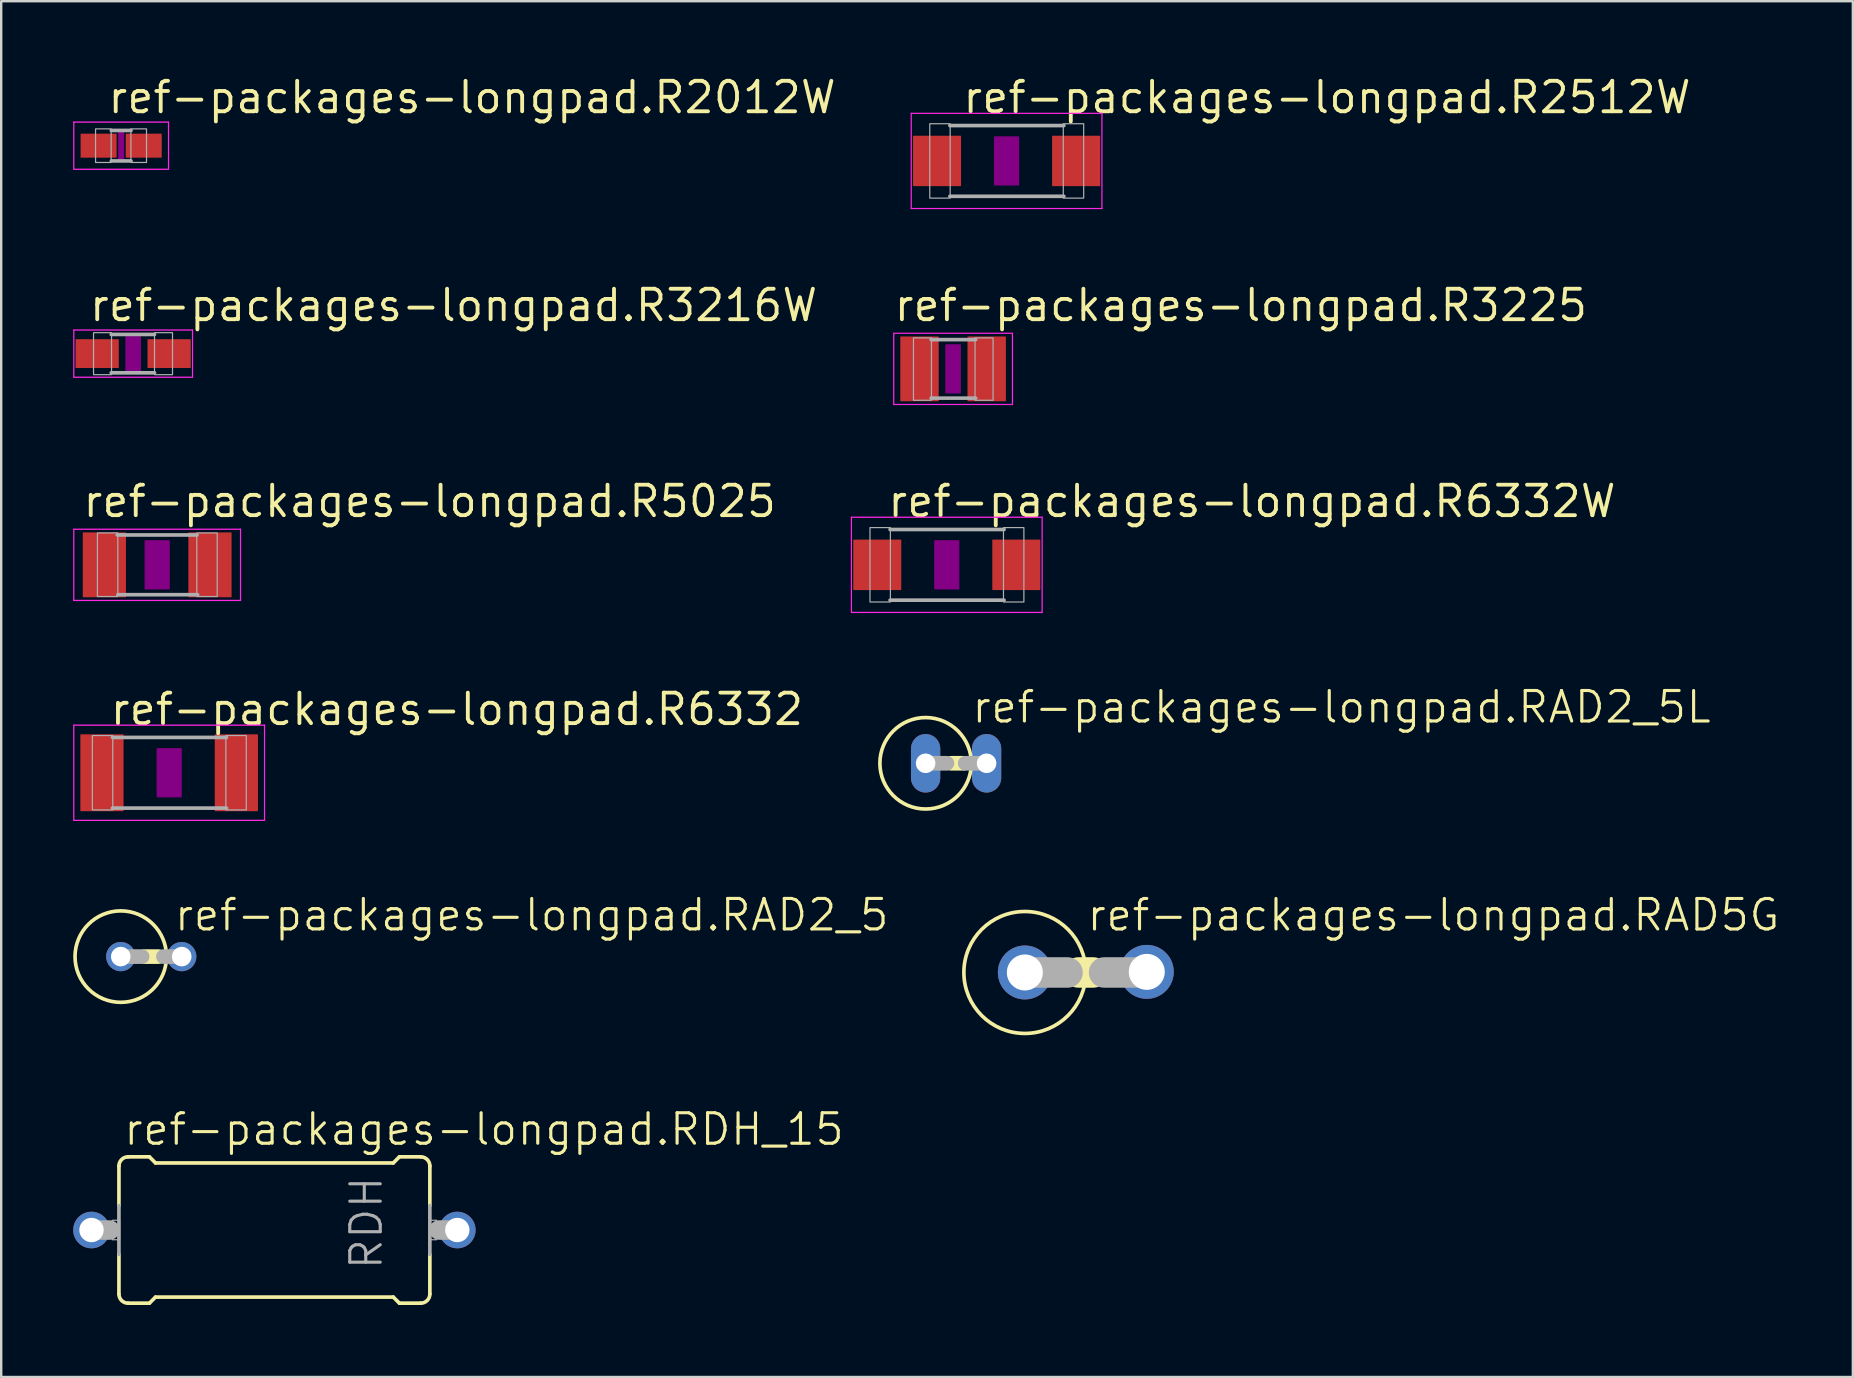
<source format=kicad_pcb>
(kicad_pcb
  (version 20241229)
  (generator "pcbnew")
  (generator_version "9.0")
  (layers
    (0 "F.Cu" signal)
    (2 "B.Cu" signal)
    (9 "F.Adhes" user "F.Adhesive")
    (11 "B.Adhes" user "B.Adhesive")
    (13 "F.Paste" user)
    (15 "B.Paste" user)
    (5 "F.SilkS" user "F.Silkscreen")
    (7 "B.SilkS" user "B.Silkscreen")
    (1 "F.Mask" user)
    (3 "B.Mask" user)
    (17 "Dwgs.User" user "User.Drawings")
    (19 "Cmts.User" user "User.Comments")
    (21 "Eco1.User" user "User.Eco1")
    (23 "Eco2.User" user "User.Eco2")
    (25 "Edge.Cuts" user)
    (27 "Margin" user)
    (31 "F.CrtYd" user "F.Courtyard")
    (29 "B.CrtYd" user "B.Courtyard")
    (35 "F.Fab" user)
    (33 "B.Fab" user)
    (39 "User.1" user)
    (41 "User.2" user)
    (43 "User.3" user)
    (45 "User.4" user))
  (footprint "ref-packages-longpad.R3216W"
    (layer "F.Cu")
    (at 2.498 11.683)
    (property "Reference" "ref-packages-longpad.R3216W" (at -1.905 -1.27 0) (layer "F.SilkS") (effects (font (size 1.27 1.27) (thickness 0.16)) (justify left bottom)))
    (attr smd)
    (fp_rect (start -0.3 0.7) (end 0.3 -0.7) (stroke (width 0.05) (type default)) (fill yes) (layer "F.Adhes"))
    (fp_line (start -2.473 -0.983) (end 2.473 -0.983) (stroke (width 0.051) (type default)) (layer "F.CrtYd"))
    (fp_line (start -2.473 0.983) (end -2.473 -0.983) (stroke (width 0.051) (type default)) (layer "F.CrtYd"))
    (fp_line (start 2.473 -0.983) (end 2.473 0.983) (stroke (width 0.051) (type default)) (layer "F.CrtYd"))
    (fp_line (start 2.473 0.983) (end -2.473 0.983) (stroke (width 0.051) (type default)) (layer "F.CrtYd"))
    (fp_line (start -0.913 -0.8) (end 0.888 -0.8) (stroke (width 0.152) (type default)) (layer "F.Fab"))
    (fp_line (start -0.913 0.8) (end 0.888 0.8) (stroke (width 0.152) (type default)) (layer "F.Fab"))
    (fp_rect (start -1.651 0.876) (end -0.901 -0.874) (stroke (width 0.05) (type default)) (fill no) (layer "F.Fab"))
    (fp_rect (start 0.889 0.876) (end 1.639 -0.874) (stroke (width 0.05) (type default)) (fill no) (layer "F.Fab"))
    (pad "1" smd roundrect (at -1.499 0) (size 1.8 1.2) (layers "F.Cu" "F.Mask" "F.Paste") (roundrect_rratio 0.01))
    (pad "2" smd roundrect (at 1.499 0) (size 1.8 1.2) (layers "F.Cu" "F.Mask" "F.Paste") (roundrect_rratio 0.01)))
  (footprint "ref-packages-longpad.RDH_15"
    (layer "F.Cu")
    (at 8.382 48.195)
    (property "Reference" "ref-packages-longpad.RDH_15" (at -6.35 -3.454 0) (layer "F.SilkS") (effects (font (size 1.27 1.27) (thickness 0.13)) (justify left bottom)))
    (attr through_hole)
    (fp_line (start -6.477 -1.016) (end -6.477 -2.667) (stroke (width 0.152) (type default)) (layer "F.SilkS"))
    (fp_line (start -6.477 2.667) (end -6.477 1.016) (stroke (width 0.152) (type default)) (layer "F.SilkS"))
    (fp_line (start -6.096 -3.048) (end -5.207 -3.048) (stroke (width 0.152) (type default)) (layer "F.SilkS"))
    (fp_line (start -6.096 3.048) (end -5.207 3.048) (stroke (width 0.152) (type default)) (layer "F.SilkS"))
    (fp_line (start -4.953 -2.794) (end -5.207 -3.048) (stroke (width 0.152) (type default)) (layer "F.SilkS"))
    (fp_line (start -4.953 2.794) (end -5.207 3.048) (stroke (width 0.152) (type default)) (layer "F.SilkS"))
    (fp_line (start 4.953 -2.794) (end -4.953 -2.794) (stroke (width 0.152) (type default)) (layer "F.SilkS"))
    (fp_line (start 4.953 -2.794) (end 5.207 -3.048) (stroke (width 0.152) (type default)) (layer "F.SilkS"))
    (fp_line (start 4.953 2.794) (end -4.953 2.794) (stroke (width 0.152) (type default)) (layer "F.SilkS"))
    (fp_line (start 4.953 2.794) (end 5.207 3.048) (stroke (width 0.152) (type default)) (layer "F.SilkS"))
    (fp_line (start 6.096 -3.048) (end 5.207 -3.048) (stroke (width 0.152) (type default)) (layer "F.SilkS"))
    (fp_line (start 6.096 3.048) (end 5.207 3.048) (stroke (width 0.152) (type default)) (layer "F.SilkS"))
    (fp_line (start 6.477 -1.016) (end 6.477 -2.667) (stroke (width 0.152) (type default)) (layer "F.SilkS"))
    (fp_line (start 6.477 2.667) (end 6.477 1.016) (stroke (width 0.152) (type default)) (layer "F.SilkS"))
    (fp_arc (start -6.477 -2.667) (mid -6.365408 -2.936408) (end -6.096 -3.048) (stroke (width 0.1524) (type default)) (layer "F.SilkS"))
    (fp_arc (start -6.096 3.048) (mid -6.365408 2.936408) (end -6.477 2.667) (stroke (width 0.1524) (type default)) (layer "F.SilkS"))
    (fp_arc (start 6.096 -3.048) (mid 6.365408 -2.936408) (end 6.477 -2.667) (stroke (width 0.1524) (type default)) (layer "F.SilkS"))
    (fp_arc (start 6.477 2.667) (mid 6.365408 2.936408) (end 6.096 3.048) (stroke (width 0.1524) (type default)) (layer "F.SilkS"))
    (fp_line (start -7.62 0) (end -6.858 0) (stroke (width 0.813) (type default)) (layer "F.Fab"))
    (fp_line (start -6.477 -1.016) (end -6.477 1.016) (stroke (width 0.152) (type default)) (layer "F.Fab"))
    (fp_line (start 6.477 -1.016) (end 6.477 1.016) (stroke (width 0.152) (type default)) (layer "F.Fab"))
    (fp_line (start 6.858 0) (end 7.62 0) (stroke (width 0.813) (type default)) (layer "F.Fab"))
    (fp_rect (start -6.756 0.406) (end -6.452 -0.406) (stroke (width 0.05) (type default)) (fill no) (layer "F.Fab"))
    (fp_rect (start 6.452 0.406) (end 6.756 -0.406) (stroke (width 0.05) (type default)) (fill no) (layer "F.Fab"))
    (fp_text user "RDH" (at 4.572 1.727 90) (layer "F.Fab") (effects (font (size 1.27 1.27) (thickness 0.13)) (justify left bottom)))
    (pad "1" thru_hole circle (at -7.62 0) (size 1.524 1.524) (drill 1.016) (layers "*.Cu" "*.Mask"))
    (pad "2" thru_hole circle (at 7.62 0) (size 1.524 1.524) (drill 1.016) (layers "*.Cu" "*.Mask")))
  (footprint "ref-packages-longpad.RAD2_5"
    (layer "F.Cu")
    (at 3.251 36.804)
    (property "Reference" "ref-packages-longpad.RAD2_5" (at 0.889 -0.991 0) (layer "F.SilkS") (effects (font (size 1.27 1.27) (thickness 0.13)) (justify left bottom)))
    (attr through_hole)
    (fp_line (start 0.305 0) (end -0.279 0) (stroke (width 0.61) (type default)) (layer "F.SilkS"))
    (fp_circle (center -1.27 0) (end 0.635 0) (stroke (width 0.152) (type default)) (fill no) (layer "F.SilkS"))
    (fp_line (start -1.27 0) (end -0.381 0) (stroke (width 0.61) (type default)) (layer "F.Fab"))
    (fp_line (start 1.27 0) (end 0.508 0) (stroke (width 0.61) (type default)) (layer "F.Fab"))
    (pad "A" thru_hole circle (at 1.27 0) (size 1.219 1.219) (drill 0.813) (layers "*.Cu" "*.Mask"))
    (pad "C" thru_hole circle (at -1.27 0) (size 1.219 1.219) (drill 0.813) (layers "*.Cu" "*.Mask")))
  (footprint "ref-packages-longpad.R2512W"
    (layer "F.Cu")
    (at 38.886 3.655)
    (property "Reference" "ref-packages-longpad.R2512W" (at -1.905 -1.905 0) (layer "F.SilkS") (effects (font (size 1.27 1.27) (thickness 0.16)) (justify left bottom)))
    (attr smd)
    (fp_rect (start -0.5 1) (end 0.5 -1) (stroke (width 0.05) (type default)) (fill yes) (layer "F.Adhes"))
    (fp_line (start -3.973 -1.983) (end 3.973 -1.983) (stroke (width 0.051) (type default)) (layer "F.CrtYd"))
    (fp_line (start -3.973 1.983) (end -3.973 -1.983) (stroke (width 0.051) (type default)) (layer "F.CrtYd"))
    (fp_line (start 3.973 -1.983) (end 3.973 1.983) (stroke (width 0.051) (type default)) (layer "F.CrtYd"))
    (fp_line (start 3.973 1.983) (end -3.973 1.983) (stroke (width 0.051) (type default)) (layer "F.CrtYd"))
    (fp_line (start -2.362 -1.473) (end 2.387 -1.473) (stroke (width 0.152) (type default)) (layer "F.Fab"))
    (fp_line (start -2.362 1.473) (end 2.387 1.473) (stroke (width 0.152) (type default)) (layer "F.Fab"))
    (fp_rect (start -3.2 1.549) (end -2.35 -1.551) (stroke (width 0.05) (type default)) (fill no) (layer "F.Fab"))
    (fp_rect (start 2.362 1.549) (end 3.212 -1.551) (stroke (width 0.05) (type default)) (fill no) (layer "F.Fab"))
    (pad "1" smd roundrect (at -2.896 0) (size 2 2.1) (layers "F.Cu" "F.Mask" "F.Paste") (roundrect_rratio 0.01))
    (pad "2" smd roundrect (at 2.896 0) (size 2 2.1) (layers "F.Cu" "F.Mask" "F.Paste") (roundrect_rratio 0.01)))
  (footprint "ref-packages-longpad.R3225"
    (layer "F.Cu")
    (at 36.658 12.318)
    (property "Reference" "ref-packages-longpad.R3225" (at -2.54 -1.905 0) (layer "F.SilkS") (effects (font (size 1.27 1.27) (thickness 0.16)) (justify left bottom)))
    (attr smd)
    (fp_rect (start -0.3 1) (end 0.3 -1) (stroke (width 0.05) (type default)) (fill yes) (layer "F.Adhes"))
    (fp_line (start -2.473 -1.483) (end 2.473 -1.483) (stroke (width 0.051) (type default)) (layer "F.CrtYd"))
    (fp_line (start -2.473 1.483) (end -2.473 -1.483) (stroke (width 0.051) (type default)) (layer "F.CrtYd"))
    (fp_line (start 2.473 -1.483) (end 2.473 1.483) (stroke (width 0.051) (type default)) (layer "F.CrtYd"))
    (fp_line (start 2.473 1.483) (end -2.473 1.483) (stroke (width 0.051) (type default)) (layer "F.CrtYd"))
    (fp_line (start -0.913 -1.219) (end 0.939 -1.219) (stroke (width 0.152) (type default)) (layer "F.Fab"))
    (fp_line (start -0.913 1.219) (end 0.939 1.219) (stroke (width 0.152) (type default)) (layer "F.Fab"))
    (fp_rect (start -1.651 1.308) (end -0.901 -1.292) (stroke (width 0.05) (type default)) (fill no) (layer "F.Fab"))
    (fp_rect (start 0.914 1.308) (end 1.665 -1.292) (stroke (width 0.05) (type default)) (fill no) (layer "F.Fab"))
    (pad "1" smd roundrect (at -1.4 0) (size 1.6 2.7) (layers "F.Cu" "F.Mask" "F.Paste") (roundrect_rratio 0.01))
    (pad "2" smd roundrect (at 1.4 0) (size 1.6 2.7) (layers "F.Cu" "F.Mask" "F.Paste") (roundrect_rratio 0.01)))
  (footprint "ref-packages-longpad.R5025"
    (layer "F.Cu")
    (at 3.498 20.482)
    (property "Reference" "ref-packages-longpad.R5025" (at -3.175 -1.905 0) (layer "F.SilkS") (effects (font (size 1.27 1.27) (thickness 0.16)) (justify left bottom)))
    (attr smd)
    (fp_rect (start -0.5 1) (end 0.5 -1) (stroke (width 0.05) (type default)) (fill yes) (layer "F.Adhes"))
    (fp_line (start -3.473 -1.483) (end 3.473 -1.483) (stroke (width 0.051) (type default)) (layer "F.CrtYd"))
    (fp_line (start -3.473 1.483) (end -3.473 -1.483) (stroke (width 0.051) (type default)) (layer "F.CrtYd"))
    (fp_line (start 3.473 -1.483) (end 3.473 1.483) (stroke (width 0.051) (type default)) (layer "F.CrtYd"))
    (fp_line (start 3.473 1.483) (end -3.473 1.483) (stroke (width 0.051) (type default)) (layer "F.CrtYd"))
    (fp_line (start -1.662 -1.245) (end 1.662 -1.245) (stroke (width 0.152) (type default)) (layer "F.Fab"))
    (fp_line (start -1.637 1.245) (end 1.687 1.245) (stroke (width 0.152) (type default)) (layer "F.Fab"))
    (fp_rect (start -2.489 1.321) (end -1.639 -1.329) (stroke (width 0.05) (type default)) (fill no) (layer "F.Fab"))
    (fp_rect (start 1.651 1.321) (end 2.501 -1.329) (stroke (width 0.05) (type default)) (fill no) (layer "F.Fab"))
    (pad "1" smd roundrect (at -2.2 0) (size 1.8 2.7) (layers "F.Cu" "F.Mask" "F.Paste") (roundrect_rratio 0.01))
    (pad "2" smd roundrect (at 2.2 0) (size 1.8 2.7) (layers "F.Cu" "F.Mask" "F.Paste") (roundrect_rratio 0.01)))
  (footprint "ref-packages-longpad.R2012W"
    (layer "F.Cu")
    (at 1.998 3.02)
    (property "Reference" "ref-packages-longpad.R2012W" (at -0.635 -1.27 0) (layer "F.SilkS") (effects (font (size 1.27 1.27) (thickness 0.16)) (justify left bottom)))
    (attr smd)
    (fp_rect (start -0.1 0.6) (end 0.1 -0.6) (stroke (width 0.05) (type default)) (fill yes) (layer "F.Adhes"))
    (fp_line (start -1.973 -0.983) (end 1.973 -0.983) (stroke (width 0.051) (type default)) (layer "F.CrtYd"))
    (fp_line (start -1.973 0.983) (end -1.973 -0.983) (stroke (width 0.051) (type default)) (layer "F.CrtYd"))
    (fp_line (start 1.973 -0.983) (end 1.973 0.983) (stroke (width 0.051) (type default)) (layer "F.CrtYd"))
    (fp_line (start 1.973 0.983) (end -1.973 0.983) (stroke (width 0.051) (type default)) (layer "F.CrtYd"))
    (fp_line (start -0.41 -0.635) (end 0.41 -0.635) (stroke (width 0.152) (type default)) (layer "F.Fab"))
    (fp_line (start -0.41 0.635) (end 0.41 0.635) (stroke (width 0.152) (type default)) (layer "F.Fab"))
    (fp_rect (start -1.067 0.699) (end -0.417 -0.702) (stroke (width 0.05) (type default)) (fill no) (layer "F.Fab"))
    (fp_rect (start 0.406 0.699) (end 1.056 -0.702) (stroke (width 0.05) (type default)) (fill no) (layer "F.Fab"))
    (pad "1" smd roundrect (at -0.94 0) (size 1.5 1) (layers "F.Cu" "F.Mask" "F.Paste") (roundrect_rratio 0.01))
    (pad "2" smd roundrect (at 0.94 0) (size 1.5 1) (layers "F.Cu" "F.Mask" "F.Paste") (roundrect_rratio 0.01)))
  (footprint "ref-packages-longpad.R6332W"
    (layer "F.Cu")
    (at 36.395 20.482)
    (property "Reference" "ref-packages-longpad.R6332W" (at -2.54 -1.905 0) (layer "F.SilkS") (effects (font (size 1.27 1.27) (thickness 0.16)) (justify left bottom)))
    (attr smd)
    (fp_rect (start -0.5 1) (end 0.5 -1) (stroke (width 0.05) (type default)) (fill yes) (layer "F.Adhes"))
    (fp_line (start -3.973 -1.983) (end 3.973 -1.983) (stroke (width 0.051) (type default)) (layer "F.CrtYd"))
    (fp_line (start -3.973 1.983) (end -3.973 -1.983) (stroke (width 0.051) (type default)) (layer "F.CrtYd"))
    (fp_line (start 3.973 -1.983) (end 3.973 1.983) (stroke (width 0.051) (type default)) (layer "F.CrtYd"))
    (fp_line (start 3.973 1.983) (end -3.973 1.983) (stroke (width 0.051) (type default)) (layer "F.CrtYd"))
    (fp_line (start -2.362 -1.473) (end 2.387 -1.473) (stroke (width 0.152) (type default)) (layer "F.Fab"))
    (fp_line (start -2.362 1.473) (end 2.387 1.473) (stroke (width 0.152) (type default)) (layer "F.Fab"))
    (fp_rect (start -3.2 1.549) (end -2.35 -1.551) (stroke (width 0.05) (type default)) (fill no) (layer "F.Fab"))
    (fp_rect (start 2.362 1.549) (end 3.212 -1.551) (stroke (width 0.05) (type default)) (fill no) (layer "F.Fab"))
    (pad "1" smd roundrect (at -2.896 0) (size 2 2.1) (layers "F.Cu" "F.Mask" "F.Paste") (roundrect_rratio 0.01))
    (pad "2" smd roundrect (at 2.896 0) (size 2 2.1) (layers "F.Cu" "F.Mask" "F.Paste") (roundrect_rratio 0.01)))
  (footprint "ref-packages-longpad.RAD2_5L"
    (layer "F.Cu")
    (at 36.783 28.75)
    (property "Reference" "ref-packages-longpad.RAD2_5L" (at 0.584 -1.6 0) (layer "F.SilkS") (effects (font (size 1.27 1.27) (thickness 0.13)) (justify left bottom)))
    (attr through_hole)
    (fp_line (start 0.305 0) (end -0.203 0) (stroke (width 0.61) (type default)) (layer "F.SilkS"))
    (fp_circle (center -1.27 0) (end 0.635 0) (stroke (width 0.152) (type default)) (fill no) (layer "F.SilkS"))
    (fp_line (start -1.27 0) (end -0.381 0) (stroke (width 0.61) (type default)) (layer "F.Fab"))
    (fp_line (start 1.27 0) (end 0.381 0) (stroke (width 0.61) (type default)) (layer "F.Fab"))
    (pad "A" thru_hole oval (at 1.27 0 90) (size 2.438 1.219) (drill 0.813) (layers "*.Cu" "*.Mask"))
    (pad "C" thru_hole oval (at -1.27 0 90) (size 2.438 1.219) (drill 0.813) (layers "*.Cu" "*.Mask")))
  (footprint "ref-packages-longpad.R6332"
    (layer "F.Cu")
    (at 3.998 29.145)
    (property "Reference" "ref-packages-longpad.R6332" (at -2.54 -1.905 0) (layer "F.SilkS") (effects (font (size 1.27 1.27) (thickness 0.16)) (justify left bottom)))
    (attr smd)
    (fp_rect (start -0.5 1) (end 0.5 -1) (stroke (width 0.05) (type default)) (fill yes) (layer "F.Adhes"))
    (fp_line (start -3.973 -1.983) (end 3.973 -1.983) (stroke (width 0.051) (type default)) (layer "F.CrtYd"))
    (fp_line (start -3.973 1.983) (end -3.973 -1.983) (stroke (width 0.051) (type default)) (layer "F.CrtYd"))
    (fp_line (start 3.973 -1.983) (end 3.973 1.983) (stroke (width 0.051) (type default)) (layer "F.CrtYd"))
    (fp_line (start 3.973 1.983) (end -3.973 1.983) (stroke (width 0.051) (type default)) (layer "F.CrtYd"))
    (fp_line (start -2.362 -1.473) (end 2.387 -1.473) (stroke (width 0.152) (type default)) (layer "F.Fab"))
    (fp_line (start -2.362 1.473) (end 2.387 1.473) (stroke (width 0.152) (type default)) (layer "F.Fab"))
    (fp_rect (start -3.2 1.549) (end -2.35 -1.551) (stroke (width 0.05) (type default)) (fill no) (layer "F.Fab"))
    (fp_rect (start 2.362 1.549) (end 3.212 -1.551) (stroke (width 0.05) (type default)) (fill no) (layer "F.Fab"))
    (pad "1" smd roundrect (at -2.8 0) (size 1.8 3.2) (layers "F.Cu" "F.Mask" "F.Paste") (roundrect_rratio 0.01))
    (pad "2" smd roundrect (at 2.8 0) (size 1.8 3.2) (layers "F.Cu" "F.Mask" "F.Paste") (roundrect_rratio 0.01)))
  (footprint "ref-packages-longpad.RAD5G"
    (layer "F.Cu")
    (at 42.187 37.465)
    (property "Reference" "ref-packages-longpad.RAD5G" (at -0.025 -1.651 0) (layer "F.SilkS") (effects (font (size 1.27 1.27) (thickness 0.13)) (justify left bottom)))
    (attr through_hole)
    (fp_line (start 0.305 0) (end -0.305 0) (stroke (width 1.27) (type default)) (layer "F.SilkS"))
    (fp_circle (center -2.54 0) (end 0 0) (stroke (width 0.152) (type default)) (fill no) (layer "F.SilkS"))
    (fp_line (start -2.54 0) (end -0.762 0) (stroke (width 1.27) (type default)) (layer "F.Fab"))
    (fp_line (start 2.54 0) (end 0.762 0) (stroke (width 1.27) (type default)) (layer "F.Fab"))
    (pad "A" thru_hole circle (at 2.54 -0.025) (size 2.248 2.248) (drill 1.499) (layers "*.Cu" "*.Mask"))
    (pad "C" thru_hole circle (at -2.54 0) (size 2.248 2.248) (drill 1.499) (layers "*.Cu" "*.Mask")))
  (gr_rect
    (start -3 -3)
    (end 74.144 54.319)
    (stroke (width 0.1) (type default))
    (fill no)
    (layer "Edge.Cuts")))
</source>
